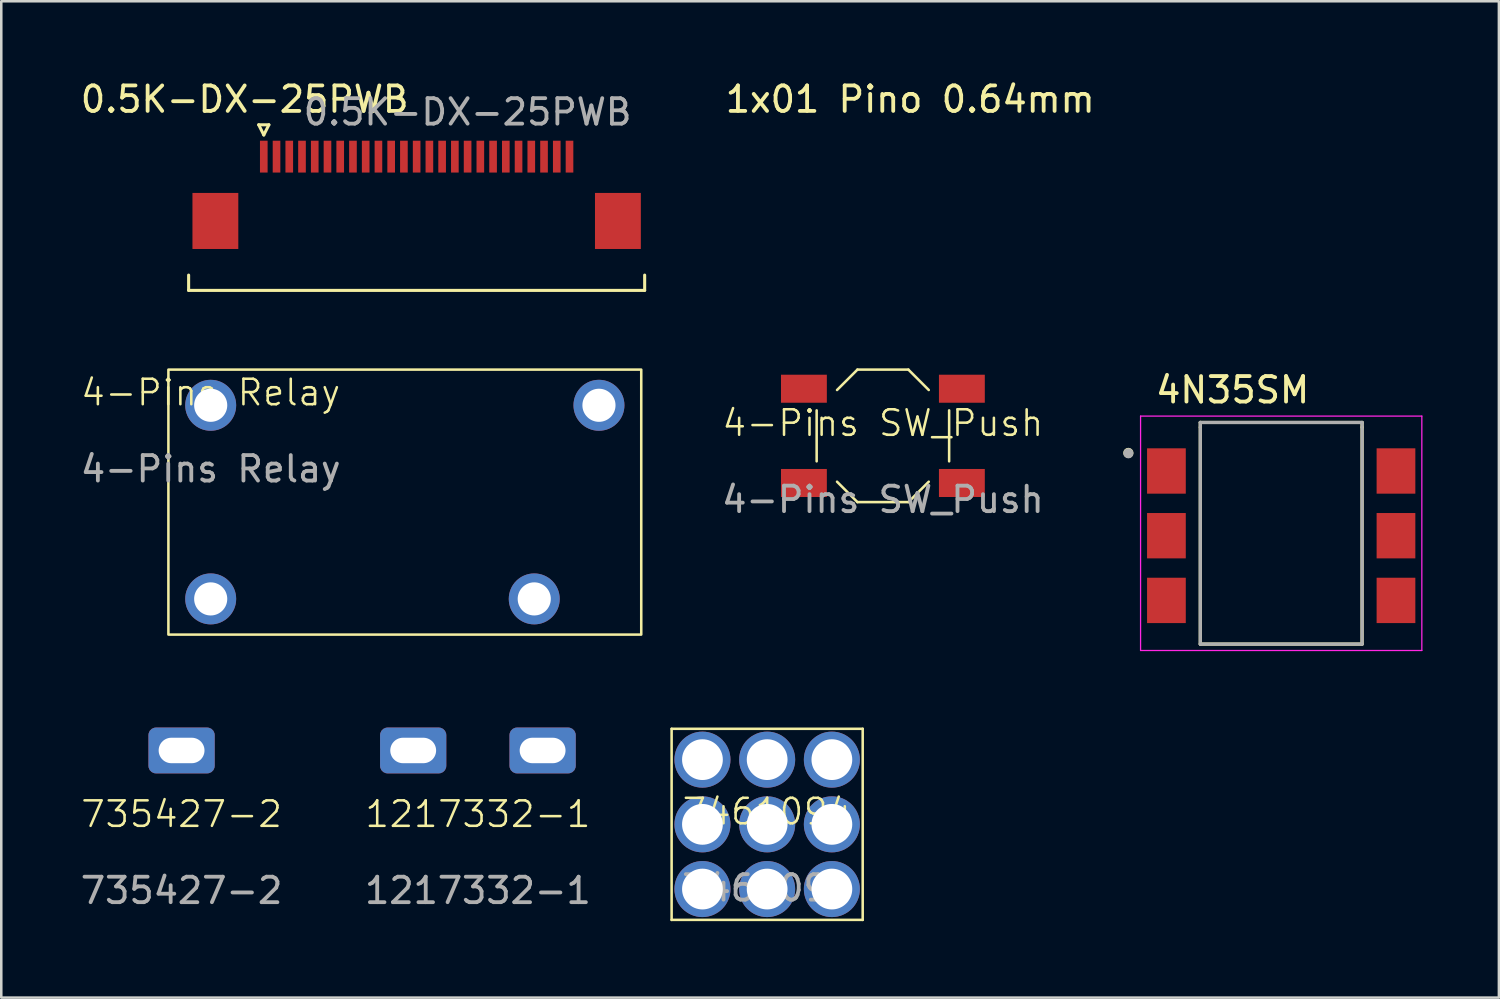
<source format=kicad_pcb>
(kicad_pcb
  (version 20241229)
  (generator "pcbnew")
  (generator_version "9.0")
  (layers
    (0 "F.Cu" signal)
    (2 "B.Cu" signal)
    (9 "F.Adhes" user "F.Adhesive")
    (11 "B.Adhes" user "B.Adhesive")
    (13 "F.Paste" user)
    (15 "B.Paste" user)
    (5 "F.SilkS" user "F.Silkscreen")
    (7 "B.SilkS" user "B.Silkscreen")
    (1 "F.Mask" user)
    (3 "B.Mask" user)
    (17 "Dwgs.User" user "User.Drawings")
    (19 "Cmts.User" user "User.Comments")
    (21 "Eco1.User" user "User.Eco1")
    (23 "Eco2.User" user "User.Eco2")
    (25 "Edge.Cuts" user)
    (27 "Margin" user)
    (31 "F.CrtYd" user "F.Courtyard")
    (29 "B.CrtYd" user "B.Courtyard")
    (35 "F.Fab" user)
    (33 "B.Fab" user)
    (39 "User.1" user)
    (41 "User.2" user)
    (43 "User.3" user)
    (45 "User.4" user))
  (footprint "4-Pins SW_Push"
    (layer "F.Cu")
    (at 31.605 14.058)
    (property "Reference" "4-Pins SW_Push" (at 0 -0.5 0) (unlocked yes) (layer "F.SilkS") (effects (font (size 1 1) (thickness 0.1))))
    (attr smd)
    (fp_line (start -2.6 1) (end -2.6 -1) (stroke (width 0.1) (type default)) (layer "F.SilkS"))
    (fp_line (start -1.8 -1.8) (end -1 -2.6) (stroke (width 0.1) (type default)) (layer "F.SilkS"))
    (fp_line (start -1.8 1.8) (end -1 2.6) (stroke (width 0.1) (type default)) (layer "F.SilkS"))
    (fp_line (start 1 -2.6) (end -1 -2.6) (stroke (width 0.1) (type default)) (layer "F.SilkS"))
    (fp_line (start 1 -2.6) (end 1.8 -1.8) (stroke (width 0.1) (type default)) (layer "F.SilkS"))
    (fp_line (start 1 2.6) (end -1 2.6) (stroke (width 0.1) (type default)) (layer "F.SilkS"))
    (fp_line (start 1 2.6) (end 1.8 1.8) (stroke (width 0.1) (type default)) (layer "F.SilkS"))
    (fp_line (start 2.6 1) (end 2.6 -1) (stroke (width 0.1) (type default)) (layer "F.SilkS"))
    (fp_text user "${REFERENCE}" (at 0 2.5 0) (unlocked yes) (layer "F.Fab") (effects (font (size 1 1) (thickness 0.15))))
    (pad "1" smd rect (at -3.1 -1.85) (size 1.8 1.1) (layers "F.Cu" "F.Mask" "F.Paste"))
    (pad "2" smd rect (at 3.1 -1.85) (size 1.8 1.1) (layers "F.Cu" "F.Mask" "F.Paste"))
    (pad "3" smd rect (at -3.1 1.85) (size 1.8 1.1) (layers "F.Cu" "F.Mask" "F.Paste"))
    (pad "4" smd rect (at 3.1 1.85) (size 1.8 1.1) (layers "F.Cu" "F.Mask" "F.Paste")))
  (footprint "0.5K-DX-25PWB"
    (layer "F.Cu")
    (at 13.304 3.098)
    (property "Reference" "0.5K-DX-25PWB" (at -6.75 -2.25 0) (layer "F.SilkS") (effects (font (size 1 1) (thickness 0.15))))
    (attr smd)
    (fp_line (start -8.95 4.65) (end -8.95 5.25) (stroke (width 0.12) (type solid)) (layer "F.SilkS"))
    (fp_line (start -6.2 -1.25) (end -6 -0.85) (stroke (width 0.12) (type solid)) (layer "F.SilkS"))
    (fp_line (start -6 -0.85) (end -5.8 -1.25) (stroke (width 0.12) (type solid)) (layer "F.SilkS"))
    (fp_line (start -5.8 -1.25) (end -6.2 -1.25) (stroke (width 0.12) (type solid)) (layer "F.SilkS"))
    (fp_line (start 8.95 4.65) (end 8.95 5.25) (stroke (width 0.12) (type solid)) (layer "F.SilkS"))
    (fp_line (start 8.95 5.25) (end -8.95 5.25) (stroke (width 0.12) (type solid)) (layer "F.SilkS"))
    (fp_text user "${REFERENCE}" (at 2 -1.75 0) (layer "F.Fab") (effects (font (size 1 1) (thickness 0.15))))
    (pad "1" smd rect (at -6 0) (size 0.3 1.25) (layers "F.Cu" "F.Mask" "F.Paste"))
    (pad "2" smd rect (at -5.5 0) (size 0.3 1.25) (layers "F.Cu" "F.Mask" "F.Paste"))
    (pad "3" smd rect (at -5 0) (size 0.3 1.25) (layers "F.Cu" "F.Mask" "F.Paste"))
    (pad "4" smd rect (at -4.5 0) (size 0.3 1.25) (layers "F.Cu" "F.Mask" "F.Paste"))
    (pad "5" smd rect (at -4 0) (size 0.3 1.25) (layers "F.Cu" "F.Mask" "F.Paste"))
    (pad "6" smd rect (at -3.5 0) (size 0.3 1.25) (layers "F.Cu" "F.Mask" "F.Paste"))
    (pad "7" smd rect (at -3 0) (size 0.3 1.25) (layers "F.Cu" "F.Mask" "F.Paste"))
    (pad "8" smd rect (at -2.5 0) (size 0.3 1.25) (layers "F.Cu" "F.Mask" "F.Paste"))
    (pad "9" smd rect (at -2 0) (size 0.3 1.25) (layers "F.Cu" "F.Mask" "F.Paste"))
    (pad "10" smd rect (at -1.5 0) (size 0.3 1.25) (layers "F.Cu" "F.Mask" "F.Paste"))
    (pad "11" smd rect (at -1 0) (size 0.3 1.25) (layers "F.Cu" "F.Mask" "F.Paste"))
    (pad "12" smd rect (at -0.5 0) (size 0.3 1.25) (layers "F.Cu" "F.Mask" "F.Paste"))
    (pad "13" smd rect (at 0 0) (size 0.3 1.25) (layers "F.Cu" "F.Mask" "F.Paste"))
    (pad "14" smd rect (at 0.5 0) (size 0.3 1.25) (layers "F.Cu" "F.Mask" "F.Paste"))
    (pad "15" smd rect (at 1 0) (size 0.3 1.25) (layers "F.Cu" "F.Mask" "F.Paste"))
    (pad "16" smd rect (at 1.5 0) (size 0.3 1.25) (layers "F.Cu" "F.Mask" "F.Paste"))
    (pad "17" smd rect (at 2 0) (size 0.3 1.25) (layers "F.Cu" "F.Mask" "F.Paste"))
    (pad "18" smd rect (at 2.5 0) (size 0.3 1.25) (layers "F.Cu" "F.Mask" "F.Paste"))
    (pad "19" smd rect (at 3 0) (size 0.3 1.25) (layers "F.Cu" "F.Mask" "F.Paste"))
    (pad "20" smd rect (at 3.5 0) (size 0.3 1.25) (layers "F.Cu" "F.Mask" "F.Paste"))
    (pad "21" smd rect (at 4 0) (size 0.3 1.25) (layers "F.Cu" "F.Mask" "F.Paste"))
    (pad "22" smd rect (at 4.5 0) (size 0.3 1.25) (layers "F.Cu" "F.Mask" "F.Paste"))
    (pad "23" smd rect (at 5 0) (size 0.3 1.25) (layers "F.Cu" "F.Mask" "F.Paste"))
    (pad "24" smd rect (at 5.5 0) (size 0.3 1.25) (layers "F.Cu" "F.Mask" "F.Paste"))
    (pad "25" smd rect (at 6 0) (size 0.3 1.25) (layers "F.Cu" "F.Mask" "F.Paste"))
    (pad "MP" smd rect (at -7.9 2.525) (size 1.8 2.2) (layers "F.Cu" "F.Mask" "F.Paste"))
    (pad "MP" smd rect (at 7.9 2.525) (size 1.8 2.2) (layers "F.Cu" "F.Mask" "F.Paste")))
  (footprint "4-Pins Relay"
    (layer "F.Cu")
    (at 5.22 12.858)
    (property "Reference" "4-Pins Relay" (at 0 -0.5 0) (unlocked yes) (layer "F.SilkS") (effects (font (size 1 1) (thickness 0.1))))
    (attr through_hole)
    (fp_rect (start -1.66 -1.4) (end 16.9 9) (stroke (width 0.1) (type default)) (fill no) (layer "F.SilkS"))
    (fp_text user "${REFERENCE}" (at 0 2.5 0) (unlocked yes) (layer "F.Fab") (effects (font (size 1 1) (thickness 0.15))))
    (pad "1" thru_hole circle (at 0 0) (size 2 2) (drill 1.3) (layers "*.Cu" "*.Mask"))
    (pad "2" thru_hole circle (at 0 7.6) (size 2 2) (drill 1.3) (layers "*.Cu" "*.Mask"))
    (pad "3" thru_hole circle (at 15.24 0) (size 2 2) (drill 1.3) (layers "*.Cu" "*.Mask"))
    (pad "4" thru_hole circle (at 12.7 7.6) (size 2 2) (drill 1.3) (layers "*.Cu" "*.Mask")))
  (footprint "1217332-1"
    (layer "F.Cu")
    (at 15.708 26.407)
    (property "Reference" "1217332-1" (at 0 2.5 0) (unlocked yes) (layer "F.SilkS") (effects (font (size 1 1) (thickness 0.1))))
    (attr through_hole)
    (fp_text user "${REFERENCE}" (at 0 5.5 0) (unlocked yes) (layer "F.Fab") (effects (font (size 1 1) (thickness 0.15))))
    (pad "1" thru_hole roundrect (at -2.54 0) (size 2.6 1.8) (drill oval 1.8 1) (layers "*.Cu" "*.Mask") (roundrect_rratio 0.164))
    (pad "1" thru_hole roundrect (at 2.54 0) (size 2.6 1.8) (drill oval 1.8 1) (layers "*.Cu" "*.Mask") (roundrect_rratio 0.164)))
  (footprint "735427-2"
    (layer "F.Cu")
    (at 4.077 26.407)
    (property "Reference" "735427-2" (at 0 2.5 0) (unlocked yes) (layer "F.SilkS") (effects (font (size 1 1) (thickness 0.1))))
    (attr through_hole)
    (fp_text user "${REFERENCE}" (at 0 5.5 0) (unlocked yes) (layer "F.Fab") (effects (font (size 1 1) (thickness 0.15))))
    (pad "1" thru_hole roundrect (at 0 0) (size 2.6 1.8) (drill oval 1.8 1) (layers "*.Cu" "*.Mask") (roundrect_rratio 0.164)))
  (footprint "4N35SM"
    (layer "F.Cu")
    (at 47.239 17.977)
    (property "Reference" "4N35SM" (at -1.907 -5.72 0) (layer "F.SilkS") (effects (font (size 1.001 1.001) (thickness 0.15))))
    (attr smd)
    (fp_line (start -3.175 -4.445) (end -3.175 -4.255) (stroke (width 0.127) (type solid)) (layer "F.SilkS"))
    (fp_line (start -3.175 4.255) (end -3.175 -4.255) (stroke (width 0.127) (type solid)) (layer "F.SilkS"))
    (fp_line (start -3.175 4.255) (end 3.175 4.255) (stroke (width 0.127) (type solid)) (layer "F.SilkS"))
    (fp_line (start 3.175 -4.445) (end -3.175 -4.445) (stroke (width 0.127) (type solid)) (layer "F.SilkS"))
    (fp_line (start 3.175 -4.255) (end 3.175 -4.445) (stroke (width 0.127) (type solid)) (layer "F.SilkS"))
    (fp_line (start 3.175 4.255) (end 3.175 -4.255) (stroke (width 0.127) (type solid)) (layer "F.SilkS"))
    (fp_circle (center -6 -3.25) (end -5.9 -3.25) (stroke (width 0.2) (type solid)) (fill no) (layer "F.SilkS"))
    (fp_line (start -5.52 -4.695) (end 5.52 -4.695) (stroke (width 0.05) (type solid)) (layer "F.CrtYd"))
    (fp_line (start -5.52 4.505) (end -5.52 -4.695) (stroke (width 0.05) (type solid)) (layer "F.CrtYd"))
    (fp_line (start 5.52 -4.695) (end 5.52 4.505) (stroke (width 0.05) (type solid)) (layer "F.CrtYd"))
    (fp_line (start 5.52 4.505) (end -5.52 4.505) (stroke (width 0.05) (type solid)) (layer "F.CrtYd"))
    (fp_line (start -3.175 -4.445) (end 3.175 -4.445) (stroke (width 0.127) (type solid)) (layer "F.Fab"))
    (fp_line (start -3.175 4.255) (end -3.175 -4.445) (stroke (width 0.127) (type solid)) (layer "F.Fab"))
    (fp_line (start 3.175 -4.445) (end 3.175 4.255) (stroke (width 0.127) (type solid)) (layer "F.Fab"))
    (fp_line (start 3.175 4.255) (end -3.175 4.255) (stroke (width 0.127) (type solid)) (layer "F.Fab"))
    (fp_circle (center -5.998 -3.235) (end -5.898 -3.235) (stroke (width 0.2) (type solid)) (fill no) (layer "F.Fab"))
    (pad "1" smd rect (at -4.505 -2.54 90) (size 1.78 1.52) (layers "F.Cu" "F.Mask" "F.Paste"))
    (pad "2" smd rect (at -4.505 0 90) (size 1.78 1.52) (layers "F.Cu" "F.Mask" "F.Paste"))
    (pad "3" smd rect (at -4.505 2.54 90) (size 1.78 1.52) (layers "F.Cu" "F.Mask" "F.Paste"))
    (pad "4" smd rect (at 4.505 2.54 90) (size 1.78 1.52) (layers "F.Cu" "F.Mask" "F.Paste"))
    (pad "5" smd rect (at 4.505 0 90) (size 1.78 1.52) (layers "F.Cu" "F.Mask" "F.Paste"))
    (pad "6" smd rect (at 4.505 -2.54 90) (size 1.78 1.52) (layers "F.Cu" "F.Mask" "F.Paste")))
  (footprint "7461094"
    (layer "F.Cu")
    (at 27.062 29.307)
    (property "Reference" "7461094" (at 0 -0.5 0) (unlocked yes) (layer "F.SilkS") (effects (font (size 1 1) (thickness 0.1))))
    (attr through_hole)
    (fp_line (start -3.75 -3.75) (end -3.75 3.75) (stroke (width 0.1) (type default)) (layer "F.SilkS"))
    (fp_line (start -3.75 3.75) (end 3.75 3.75) (stroke (width 0.1) (type default)) (layer "F.SilkS"))
    (fp_line (start 3.75 -3.75) (end -3.75 -3.75) (stroke (width 0.1) (type default)) (layer "F.SilkS"))
    (fp_line (start 3.75 3.75) (end 3.75 -3.75) (stroke (width 0.1) (type default)) (layer "F.SilkS"))
    (fp_text user "${REFERENCE}" (at 0 2.5 0) (unlocked yes) (layer "F.Fab") (effects (font (size 1 1) (thickness 0.15))))
    (pad "1" thru_hole circle (at -2.54 -2.54) (size 2.2 2.2) (drill 1.6) (layers "*.Cu" "*.Mask"))
    (pad "1" thru_hole circle (at -2.54 0) (size 2.2 2.2) (drill 1.6) (layers "*.Cu" "*.Mask"))
    (pad "1" thru_hole circle (at -2.54 2.54) (size 2.2 2.2) (drill 1.6) (layers "*.Cu" "*.Mask"))
    (pad "1" thru_hole circle (at 0 -2.54) (size 2.2 2.2) (drill 1.6) (layers "*.Cu" "*.Mask"))
    (pad "1" thru_hole circle (at 0 0) (size 2.2 2.2) (drill 1.6) (layers "*.Cu" "*.Mask"))
    (pad "1" thru_hole circle (at 0 2.54) (size 2.2 2.2) (drill 1.6) (layers "*.Cu" "*.Mask"))
    (pad "1" thru_hole circle (at 2.54 -2.54) (size 2.2 2.2) (drill 1.6) (layers "*.Cu" "*.Mask"))
    (pad "1" thru_hole circle (at 2.54 0) (size 2.2 2.2) (drill 1.6) (layers "*.Cu" "*.Mask"))
    (pad "1" thru_hole circle (at 2.54 2.54) (size 2.2 2.2) (drill 1.6) (layers "*.Cu" "*.Mask")))
  (footprint "1x01 Pino 0.64mm"
    (layer "F.Cu")
    (at 32.677 3.178)
    (property "Reference" "1x01 Pino 0.64mm" (at 0 -2.33 0) (layer "F.SilkS") (effects (font (size 1 1) (thickness 0.15))))
    (attr through_hole)
    (pad "" smd circle (at 0 0) (size 0.05 0.05) (layers "F.Paste")))
  (gr_rect
    (start -3 -3)
    (end 55.784 36.107)
    (stroke (width 0.1) (type default))
    (fill no)
    (layer "Edge.Cuts")))
</source>
